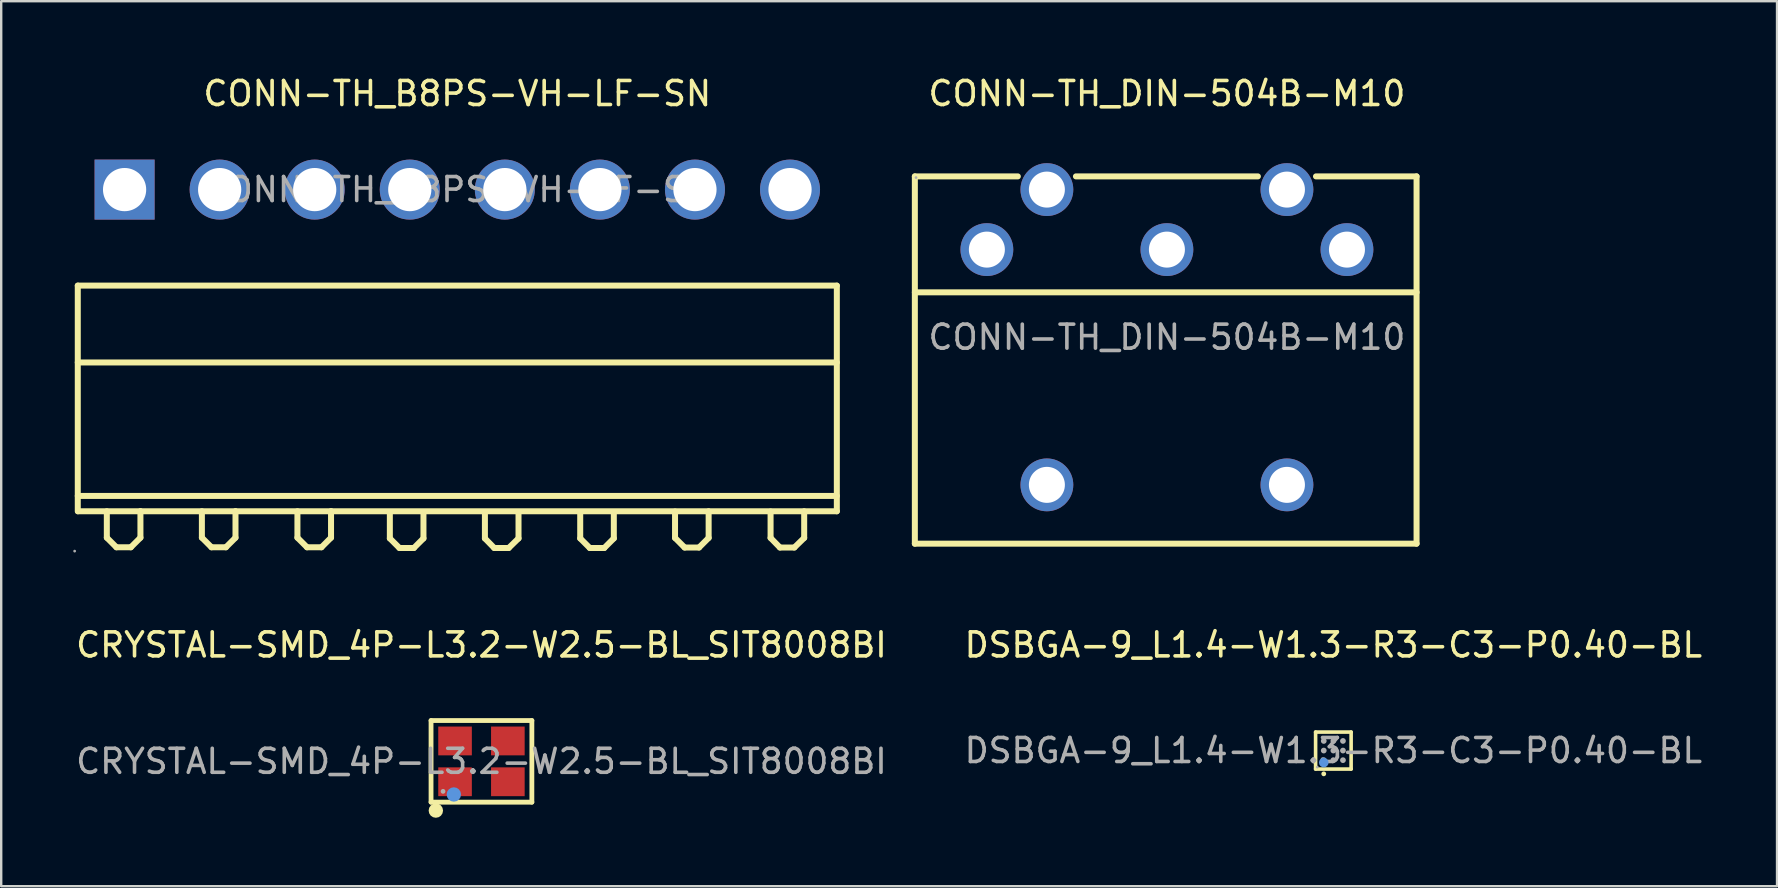
<source format=kicad_pcb>
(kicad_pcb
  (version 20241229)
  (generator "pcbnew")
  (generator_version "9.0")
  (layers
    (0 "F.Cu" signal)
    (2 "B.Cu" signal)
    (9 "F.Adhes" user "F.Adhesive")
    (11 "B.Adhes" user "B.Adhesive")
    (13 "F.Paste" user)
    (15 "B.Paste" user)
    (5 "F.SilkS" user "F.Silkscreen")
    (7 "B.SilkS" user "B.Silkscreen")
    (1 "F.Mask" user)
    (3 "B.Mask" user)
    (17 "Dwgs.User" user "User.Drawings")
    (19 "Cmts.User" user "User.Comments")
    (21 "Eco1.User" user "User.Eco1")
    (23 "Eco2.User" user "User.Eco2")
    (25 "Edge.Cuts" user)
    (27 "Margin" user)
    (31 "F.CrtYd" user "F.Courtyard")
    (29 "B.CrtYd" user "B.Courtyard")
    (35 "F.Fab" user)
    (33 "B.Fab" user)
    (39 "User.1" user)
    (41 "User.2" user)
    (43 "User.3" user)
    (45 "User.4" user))
  (footprint "CRYSTAL-SMD_4P-L3.2-W2.5-BL_SIT8008BI"
    (layer "F.Cu")
    (at 17.006 28.666)
    (property "Reference" "CRYSTAL-SMD_4P-L3.2-W2.5-BL_SIT8008BI" (at 0 -4.85 0) (layer "F.SilkS") (effects (font (size 1 1) (thickness 0.15))))
    (attr smd)
    (fp_line (start -2.1 -1.7) (end -2.1 1.7) (stroke (width 0.2) (type solid)) (layer "F.SilkS"))
    (fp_line (start -2.1 1.7) (end 2.1 1.7) (stroke (width 0.2) (type solid)) (layer "F.SilkS"))
    (fp_line (start 2.1 -1.7) (end -2.1 -1.7) (stroke (width 0.2) (type solid)) (layer "F.SilkS"))
    (fp_line (start 2.1 1.7) (end 2.1 -1.7) (stroke (width 0.2) (type solid)) (layer "F.SilkS"))
    (fp_arc (start -1.9 2.05) (mid -1.9 2.05) (end -1.9 2.05) (stroke (width 0.3) (type solid)) (layer "F.SilkS"))
    (fp_circle (center -1.15 1.38) (end -1 1.38) (stroke (width 0.3) (type solid)) (fill no) (layer "Cmts.User"))
    (fp_circle (center -1.6 1.25) (end -1.55 1.25) (stroke (width 0.1) (type solid)) (fill no) (layer "F.Fab"))
    (fp_text user "${REFERENCE}" (at 0 0 0) (layer "F.Fab") (effects (font (size 1 1) (thickness 0.15))))
    (pad "1" smd rect (at -1.1 0.85) (size 1.4 1.2) (layers "F.Cu" "F.Mask" "F.Paste"))
    (pad "2" smd rect (at 1.1 0.85) (size 1.4 1.2) (layers "F.Cu" "F.Mask" "F.Paste"))
    (pad "3" smd rect (at 1.1 -0.85) (size 1.4 1.2) (layers "F.Cu" "F.Mask" "F.Paste"))
    (pad "4" smd rect (at -1.1 -0.85) (size 1.4 1.2) (layers "F.Cu" "F.Mask" "F.Paste")))
  (footprint "CONN-TH_B8PS-VH-LF-SN"
    (layer "F.Cu")
    (at 16 4.848)
    (property "Reference" "CONN-TH_B8PS-VH-LF-SN" (at 0 -4 0) (layer "F.SilkS") (effects (font (size 1 1) (thickness 0.15))))
    (attr through_hole)
    (fp_line (start -15.81 4) (end 15.81 4) (stroke (width 0.25) (type solid)) (layer "F.SilkS"))
    (fp_line (start -15.81 13.4) (end -15.81 4) (stroke (width 0.25) (type solid)) (layer "F.SilkS"))
    (fp_line (start -15.8 13.4) (end 15.81 13.4) (stroke (width 0.25) (type solid)) (layer "F.SilkS"))
    (fp_line (start -14.6 13.4) (end -14.6 14.5) (stroke (width 0.25) (type solid)) (layer "F.SilkS"))
    (fp_line (start -14.6 14.5) (end -14.2 14.9) (stroke (width 0.25) (type solid)) (layer "F.SilkS"))
    (fp_line (start -14.2 14.9) (end -13.6 14.9) (stroke (width 0.25) (type solid)) (layer "F.SilkS"))
    (fp_line (start -13.6 14.9) (end -13.2 14.5) (stroke (width 0.25) (type solid)) (layer "F.SilkS"))
    (fp_line (start -13.2 13.4) (end -13.2 13.4) (stroke (width 0.25) (type solid)) (layer "F.SilkS"))
    (fp_line (start -13.2 14.5) (end -13.2 13.4) (stroke (width 0.25) (type solid)) (layer "F.SilkS"))
    (fp_line (start -10.64 13.4) (end -10.64 14.5) (stroke (width 0.25) (type solid)) (layer "F.SilkS"))
    (fp_line (start -10.64 14.5) (end -10.24 14.9) (stroke (width 0.25) (type solid)) (layer "F.SilkS"))
    (fp_line (start -10.24 14.9) (end -9.64 14.9) (stroke (width 0.25) (type solid)) (layer "F.SilkS"))
    (fp_line (start -9.64 14.9) (end -9.24 14.5) (stroke (width 0.25) (type solid)) (layer "F.SilkS"))
    (fp_line (start -9.24 13.4) (end -9.24 13.4) (stroke (width 0.25) (type solid)) (layer "F.SilkS"))
    (fp_line (start -9.24 14.5) (end -9.24 13.4) (stroke (width 0.25) (type solid)) (layer "F.SilkS"))
    (fp_line (start -6.66 13.4) (end -6.66 14.5) (stroke (width 0.25) (type solid)) (layer "F.SilkS"))
    (fp_line (start -6.66 14.5) (end -6.26 14.9) (stroke (width 0.25) (type solid)) (layer "F.SilkS"))
    (fp_line (start -6.26 14.9) (end -5.66 14.9) (stroke (width 0.25) (type solid)) (layer "F.SilkS"))
    (fp_line (start -5.66 14.9) (end -5.26 14.5) (stroke (width 0.25) (type solid)) (layer "F.SilkS"))
    (fp_line (start -5.26 13.4) (end -5.26 13.4) (stroke (width 0.25) (type solid)) (layer "F.SilkS"))
    (fp_line (start -5.26 14.5) (end -5.26 13.4) (stroke (width 0.25) (type solid)) (layer "F.SilkS"))
    (fp_line (start -2.81 13.43) (end -2.81 14.53) (stroke (width 0.25) (type solid)) (layer "F.SilkS"))
    (fp_line (start -2.81 14.53) (end -2.41 14.93) (stroke (width 0.25) (type solid)) (layer "F.SilkS"))
    (fp_line (start -2.41 14.93) (end -1.81 14.93) (stroke (width 0.25) (type solid)) (layer "F.SilkS"))
    (fp_line (start -1.81 14.93) (end -1.41 14.53) (stroke (width 0.25) (type solid)) (layer "F.SilkS"))
    (fp_line (start -1.41 13.43) (end -1.41 13.43) (stroke (width 0.25) (type solid)) (layer "F.SilkS"))
    (fp_line (start -1.41 14.53) (end -1.41 13.43) (stroke (width 0.25) (type solid)) (layer "F.SilkS"))
    (fp_line (start 1.15 13.43) (end 1.15 14.53) (stroke (width 0.25) (type solid)) (layer "F.SilkS"))
    (fp_line (start 1.15 14.53) (end 1.54 14.93) (stroke (width 0.25) (type solid)) (layer "F.SilkS"))
    (fp_line (start 1.54 14.93) (end 2.14 14.93) (stroke (width 0.25) (type solid)) (layer "F.SilkS"))
    (fp_line (start 2.14 14.93) (end 2.55 14.53) (stroke (width 0.25) (type solid)) (layer "F.SilkS"))
    (fp_line (start 2.55 13.43) (end 2.54 13.43) (stroke (width 0.25) (type solid)) (layer "F.SilkS"))
    (fp_line (start 2.55 14.53) (end 2.55 13.43) (stroke (width 0.25) (type solid)) (layer "F.SilkS"))
    (fp_line (start 5.12 13.43) (end 5.12 14.53) (stroke (width 0.25) (type solid)) (layer "F.SilkS"))
    (fp_line (start 5.12 14.53) (end 5.52 14.93) (stroke (width 0.25) (type solid)) (layer "F.SilkS"))
    (fp_line (start 5.52 14.93) (end 6.12 14.93) (stroke (width 0.25) (type solid)) (layer "F.SilkS"))
    (fp_line (start 6.12 14.93) (end 6.52 14.53) (stroke (width 0.25) (type solid)) (layer "F.SilkS"))
    (fp_line (start 6.52 13.43) (end 6.52 13.43) (stroke (width 0.25) (type solid)) (layer "F.SilkS"))
    (fp_line (start 6.52 14.53) (end 6.52 13.43) (stroke (width 0.25) (type solid)) (layer "F.SilkS"))
    (fp_line (start 9.07 13.41) (end 9.07 14.51) (stroke (width 0.25) (type solid)) (layer "F.SilkS"))
    (fp_line (start 9.07 14.51) (end 9.47 14.91) (stroke (width 0.25) (type solid)) (layer "F.SilkS"))
    (fp_line (start 9.47 14.91) (end 10.07 14.91) (stroke (width 0.25) (type solid)) (layer "F.SilkS"))
    (fp_line (start 10.07 14.91) (end 10.47 14.51) (stroke (width 0.25) (type solid)) (layer "F.SilkS"))
    (fp_line (start 10.47 13.41) (end 10.46 13.41) (stroke (width 0.25) (type solid)) (layer "F.SilkS"))
    (fp_line (start 10.47 14.51) (end 10.47 13.41) (stroke (width 0.25) (type solid)) (layer "F.SilkS"))
    (fp_line (start 13.05 13.41) (end 13.05 14.51) (stroke (width 0.25) (type solid)) (layer "F.SilkS"))
    (fp_line (start 13.05 14.51) (end 13.44 14.91) (stroke (width 0.25) (type solid)) (layer "F.SilkS"))
    (fp_line (start 13.44 14.91) (end 14.04 14.91) (stroke (width 0.25) (type solid)) (layer "F.SilkS"))
    (fp_line (start 14.04 14.91) (end 14.45 14.51) (stroke (width 0.25) (type solid)) (layer "F.SilkS"))
    (fp_line (start 14.45 13.41) (end 14.44 13.41) (stroke (width 0.25) (type solid)) (layer "F.SilkS"))
    (fp_line (start 14.45 14.51) (end 14.45 13.41) (stroke (width 0.25) (type solid)) (layer "F.SilkS"))
    (fp_line (start 15.81 4) (end 15.81 13.4) (stroke (width 0.25) (type solid)) (layer "F.SilkS"))
    (fp_line (start 15.81 7.2) (end -15.81 7.2) (stroke (width 0.25) (type solid)) (layer "F.SilkS"))
    (fp_line (start 15.81 12.76) (end -15.81 12.76) (stroke (width 0.25) (type solid)) (layer "F.SilkS"))
    (fp_circle (center -15.94 15.06) (end -15.91 15.06) (stroke (width 0.06) (type solid)) (fill no) (layer "F.Fab"))
    (fp_circle (center -13.86 0) (end -13.46 0) (stroke (width 0.8) (type solid)) (fill no) (layer "F.Fab"))
    (fp_circle (center -9.9 0) (end -9.5 0) (stroke (width 0.8) (type solid)) (fill no) (layer "F.Fab"))
    (fp_circle (center -5.94 0) (end -5.54 0) (stroke (width 0.8) (type solid)) (fill no) (layer "F.Fab"))
    (fp_circle (center -1.98 0) (end -1.58 0) (stroke (width 0.8) (type solid)) (fill no) (layer "F.Fab"))
    (fp_circle (center 1.98 0) (end 2.38 0) (stroke (width 0.8) (type solid)) (fill no) (layer "F.Fab"))
    (fp_circle (center 5.94 0) (end 6.34 0) (stroke (width 0.8) (type solid)) (fill no) (layer "F.Fab"))
    (fp_circle (center 9.9 0) (end 10.3 0) (stroke (width 0.8) (type solid)) (fill no) (layer "F.Fab"))
    (fp_circle (center 13.86 0) (end 14.26 0) (stroke (width 0.8) (type solid)) (fill no) (layer "F.Fab"))
    (fp_text user "${REFERENCE}" (at 0 0 0) (layer "F.Fab") (effects (font (size 1 1) (thickness 0.15))))
    (pad "1" thru_hole rect (at -13.86 0) (size 2.5 2.5) (drill 1.8) (layers "*.Cu" "*.Mask"))
    (pad "2" thru_hole circle (at -9.9 0) (size 2.5 2.5) (drill 1.8) (layers "*.Cu" "*.Mask"))
    (pad "3" thru_hole circle (at -5.94 0) (size 2.5 2.5) (drill 1.8) (layers "*.Cu" "*.Mask"))
    (pad "4" thru_hole circle (at -1.98 0) (size 2.5 2.5) (drill 1.8) (layers "*.Cu" "*.Mask"))
    (pad "5" thru_hole circle (at 1.98 0) (size 2.5 2.5) (drill 1.8) (layers "*.Cu" "*.Mask"))
    (pad "6" thru_hole circle (at 5.94 0) (size 2.5 2.5) (drill 1.8) (layers "*.Cu" "*.Mask"))
    (pad "7" thru_hole circle (at 9.9 0) (size 2.5 2.5) (drill 1.8) (layers "*.Cu" "*.Mask"))
    (pad "8" thru_hole circle (at 13.86 0) (size 2.5 2.5) (drill 1.8) (layers "*.Cu" "*.Mask")))
  (footprint "DSBGA-9_L1.4-W1.3-R3-C3-P0.40-BL"
    (layer "F.Cu")
    (at 52.494 28.216)
    (property "Reference" "DSBGA-9_L1.4-W1.3-R3-C3-P0.40-BL" (at 0 -4.4 0) (layer "F.SilkS") (effects (font (size 1 1) (thickness 0.15))))
    (attr smd)
    (fp_line (start -0.74 -0.77) (end 0.74 -0.77) (stroke (width 0.15) (type solid)) (layer "F.SilkS"))
    (fp_line (start -0.74 0.77) (end -0.74 -0.77) (stroke (width 0.15) (type solid)) (layer "F.SilkS"))
    (fp_line (start 0.74 -0.77) (end 0.74 0.77) (stroke (width 0.15) (type solid)) (layer "F.SilkS"))
    (fp_line (start 0.74 0.77) (end -0.74 0.77) (stroke (width 0.15) (type solid)) (layer "F.SilkS"))
    (fp_circle (center -0.4 0.97) (end -0.35 0.97) (stroke (width 0.1) (type solid)) (fill no) (layer "F.SilkS"))
    (fp_circle (center -0.4 0.5) (end -0.3 0.5) (stroke (width 0.2) (type solid)) (fill no) (layer "Cmts.User"))
    (fp_circle (center -0.67 0.69) (end -0.64 0.69) (stroke (width 0.06) (type solid)) (fill no) (layer "F.Fab"))
    (fp_circle (center -0.4 -0.4) (end -0.34 -0.4) (stroke (width 0.12) (type solid)) (fill no) (layer "F.Fab"))
    (fp_circle (center -0.4 0) (end -0.34 0) (stroke (width 0.12) (type solid)) (fill no) (layer "F.Fab"))
    (fp_circle (center -0.4 0.4) (end -0.34 0.4) (stroke (width 0.12) (type solid)) (fill no) (layer "F.Fab"))
    (fp_circle (center 0 -0.4) (end 0.06 -0.4) (stroke (width 0.12) (type solid)) (fill no) (layer "F.Fab"))
    (fp_circle (center 0 0) (end 0.06 0) (stroke (width 0.12) (type solid)) (fill no) (layer "F.Fab"))
    (fp_circle (center 0 0.4) (end 0.06 0.4) (stroke (width 0.12) (type solid)) (fill no) (layer "F.Fab"))
    (fp_circle (center 0.4 -0.4) (end 0.46 -0.4) (stroke (width 0.12) (type solid)) (fill no) (layer "F.Fab"))
    (fp_circle (center 0.4 0) (end 0.46 0) (stroke (width 0.12) (type solid)) (fill no) (layer "F.Fab"))
    (fp_circle (center 0.4 0.4) (end 0.46 0.4) (stroke (width 0.12) (type solid)) (fill no) (layer "F.Fab"))
    (fp_text user "${REFERENCE}" (at 0 0 0) (layer "F.Fab") (effects (font (size 1 1) (thickness 0.15))))
    (pad "A1" smd circle (at -0.4 0.4) (size 0.18 0.18) (layers "F.Cu" "F.Mask" "F.Paste"))
    (pad "A2" smd circle (at -0.4 0) (size 0.18 0.18) (layers "F.Cu" "F.Mask" "F.Paste"))
    (pad "A3" smd circle (at -0.4 -0.4) (size 0.18 0.18) (layers "F.Cu" "F.Mask" "F.Paste"))
    (pad "B1" smd circle (at 0 0.4) (size 0.18 0.18) (layers "F.Cu" "F.Mask" "F.Paste"))
    (pad "B2" smd circle (at 0 0) (size 0.18 0.18) (layers "F.Cu" "F.Mask" "F.Paste"))
    (pad "B3" smd circle (at 0 -0.4) (size 0.18 0.18) (layers "F.Cu" "F.Mask" "F.Paste"))
    (pad "C1" smd circle (at 0.4 0.4) (size 0.18 0.18) (layers "F.Cu" "F.Mask" "F.Paste"))
    (pad "C2" smd circle (at 0.4 0) (size 0.18 0.18) (layers "F.Cu" "F.Mask" "F.Paste"))
    (pad "C3" smd circle (at 0.4 -0.4) (size 0.18 0.18) (layers "F.Cu" "F.Mask" "F.Paste")))
  (footprint "CONN-TH_DIN-504B-M10"
    (layer "F.Cu")
    (at 45.56 10.998)
    (property "Reference" "CONN-TH_DIN-504B-M10" (at 0 -10.15 0) (layer "F.SilkS") (effects (font (size 1 1) (thickness 0.15))))
    (attr through_hole)
    (fp_line (start -10.5 -6.7) (end -6.21 -6.7) (stroke (width 0.25) (type solid)) (layer "F.SilkS"))
    (fp_line (start -10.5 -1.87) (end 10.4 -1.87) (stroke (width 0.25) (type solid)) (layer "F.SilkS"))
    (fp_line (start -10.5 8.6) (end -10.5 -6.7) (stroke (width 0.25) (type solid)) (layer "F.SilkS"))
    (fp_line (start -3.79 -6.7) (end 3.79 -6.7) (stroke (width 0.25) (type solid)) (layer "F.SilkS"))
    (fp_line (start 6.21 -6.7) (end 10.4 -6.7) (stroke (width 0.25) (type solid)) (layer "F.SilkS"))
    (fp_line (start 10.4 -6.7) (end 10.4 8.6) (stroke (width 0.25) (type solid)) (layer "F.SilkS"))
    (fp_line (start 10.4 8.6) (end -10.5 8.6) (stroke (width 0.25) (type solid)) (layer "F.SilkS"))
    (fp_circle (center -10.45 -6.65) (end -10.42 -6.65) (stroke (width 0.06) (type solid)) (fill no) (layer "F.Fab"))
    (fp_text user "${REFERENCE}" (at 0 0 0) (layer "F.Fab") (effects (font (size 1 1) (thickness 0.15))))
    (pad "1" thru_hole circle (at -7.5 -3.65) (size 2.2 2.2) (drill 1.5) (layers "*.Cu" "*.Mask"))
    (pad "2" thru_hole circle (at -5 -6.15) (size 2.2 2.2) (drill 1.5) (layers "*.Cu" "*.Mask"))
    (pad "3" thru_hole circle (at 0 -3.65) (size 2.2 2.2) (drill 1.5) (layers "*.Cu" "*.Mask"))
    (pad "4" thru_hole circle (at 5 -6.15) (size 2.2 2.2) (drill 1.5) (layers "*.Cu" "*.Mask"))
    (pad "5" thru_hole circle (at 7.5 -3.65) (size 2.2 2.2) (drill 1.5) (layers "*.Cu" "*.Mask"))
    (pad "6" thru_hole circle (at -5 6.15) (size 2.2 2.2) (drill 1.5) (layers "*.Cu" "*.Mask"))
    (pad "7" thru_hole circle (at 5 6.15) (size 2.2 2.2) (drill 1.5) (layers "*.Cu" "*.Mask")))
  (gr_rect
    (start -3 -3)
    (end 70.976 33.867)
    (stroke (width 0.1) (type default))
    (fill no)
    (layer "Edge.Cuts")))
</source>
